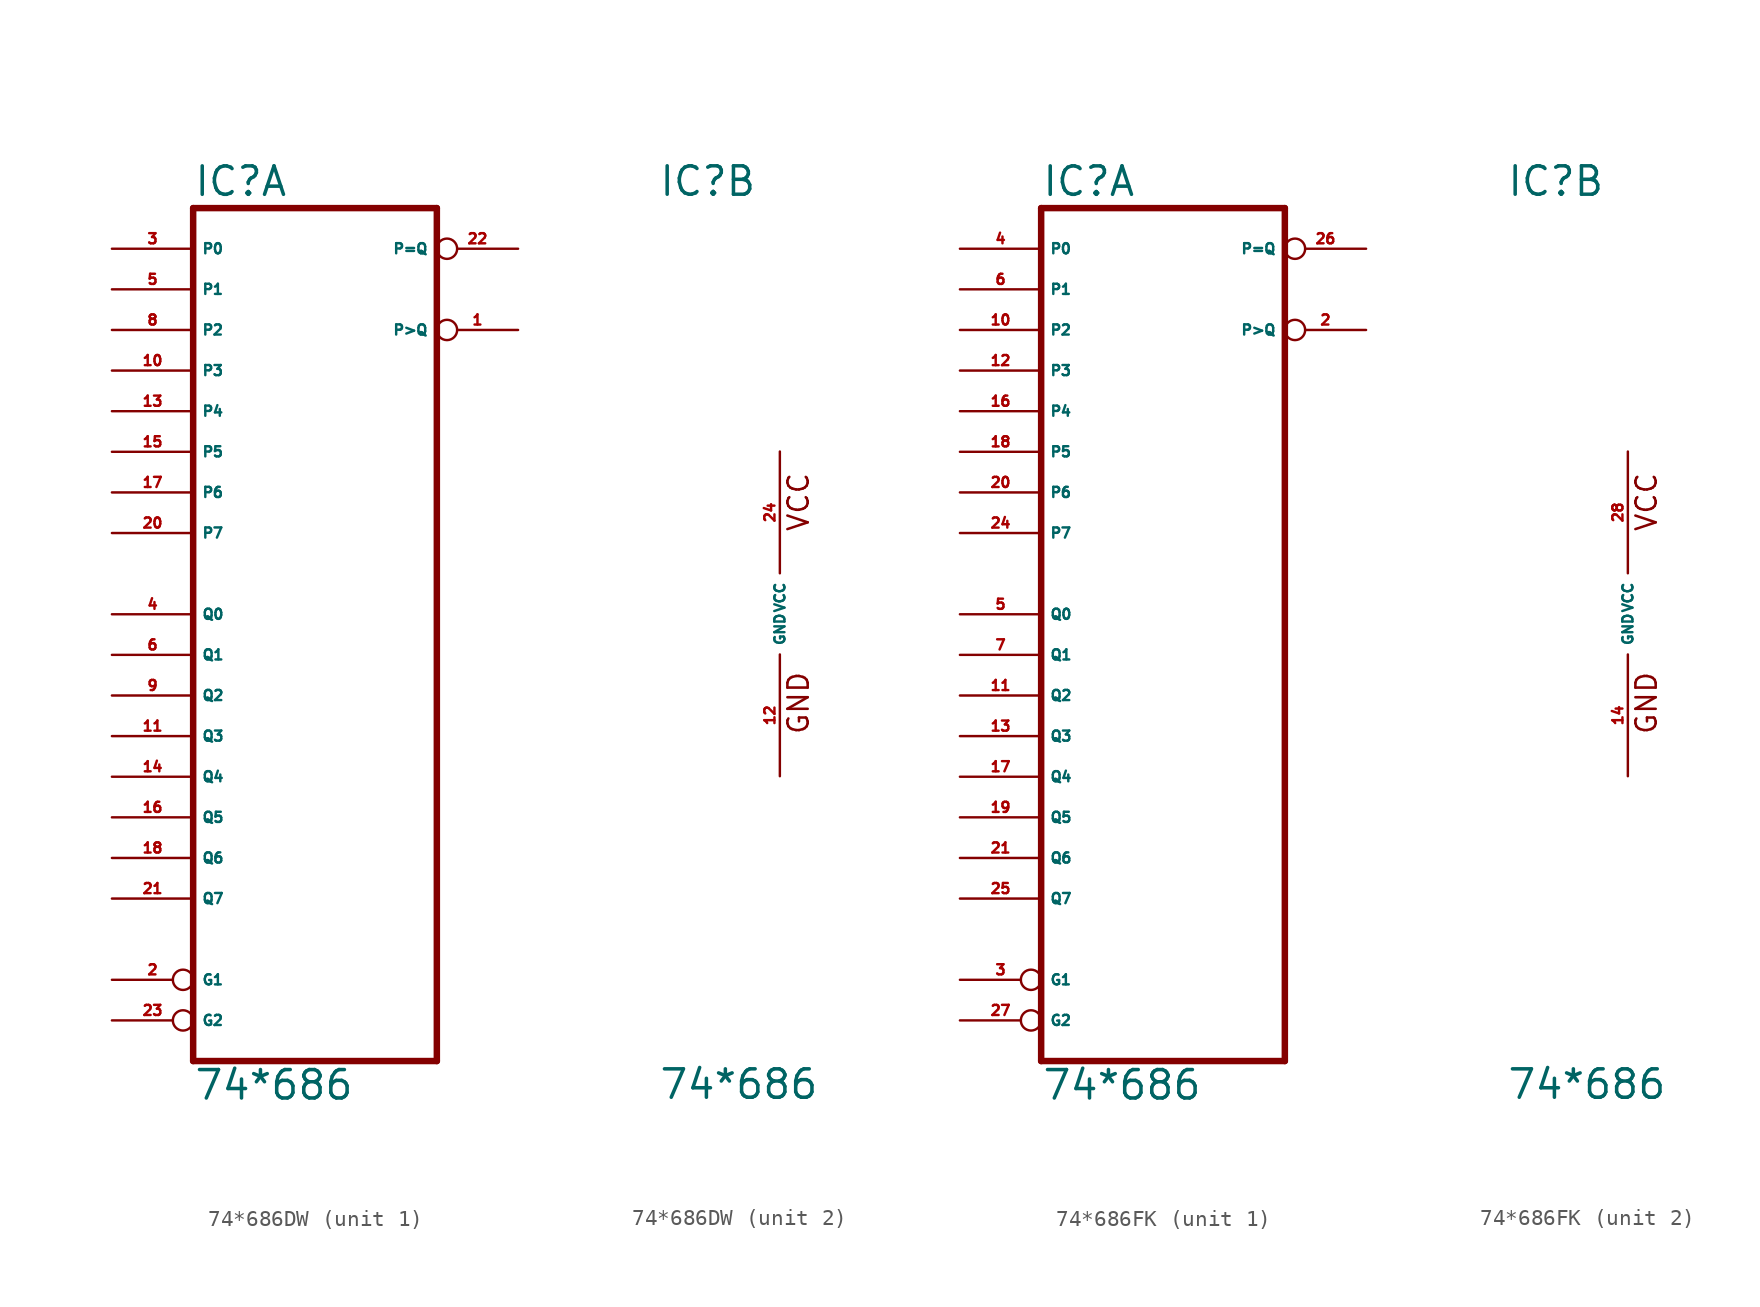
<source format=kicad_sym>
(kicad_symbol_lib
  (version 20220914)
  (generator Eagle2Kicad)
  (symbol "74*686DW"
    (property "Reference" "IC"
      (at -7.62 26.035 0)
      (effects (font (size 1.778 1.778) (thickness 0.22)) (justify left bottom)))
    (property "Value" "74*686"
      (at -7.62 -30.48 0)
      (effects (font (size 1.778 1.778) (thickness 0.22)) (justify left bottom)))
    (symbol "74*686DW_1_0"
      (polyline (pts (xy -7.62 -27.94) (xy 7.62 -27.94)) (stroke (width 0.406) (type default)) (fill (type none)))
      (polyline (pts (xy 7.62 -27.94) (xy 7.62 25.4)) (stroke (width 0.406) (type default)) (fill (type none)))
      (polyline (pts (xy 7.62 25.4) (xy -7.62 25.4)) (stroke (width 0.406) (type default)) (fill (type none)))
      (polyline (pts (xy -7.62 25.4) (xy -7.62 -27.94)) (stroke (width 0.406) (type default)) (fill (type none)))
      (pin output inverted (at 12.7 17.78 180) (length 5.08) (name "P>Q" (effects (font (size 0.635 0.635) (thickness 0.08)) (justify left bottom))) (number "1" (effects (font (size 0.635 0.635) (thickness 0.08)) (justify left bottom))))
      (pin input inverted (at -12.7 -22.86 0) (length 5.08) (name "G1" (effects (font (size 0.635 0.635) (thickness 0.08)) (justify left bottom))) (number "2" (effects (font (size 0.635 0.635) (thickness 0.08)) (justify left bottom))))
      (pin input line (at -12.7 22.86 0) (length 5.08) (name "P0" (effects (font (size 0.635 0.635) (thickness 0.08)) (justify left bottom))) (number "3" (effects (font (size 0.635 0.635) (thickness 0.08)) (justify left bottom))))
      (pin input line (at -12.7 0 0) (length 5.08) (name "Q0" (effects (font (size 0.635 0.635) (thickness 0.08)) (justify left bottom))) (number "4" (effects (font (size 0.635 0.635) (thickness 0.08)) (justify left bottom))))
      (pin input line (at -12.7 20.32 0) (length 5.08) (name "P1" (effects (font (size 0.635 0.635) (thickness 0.08)) (justify left bottom))) (number "5" (effects (font (size 0.635 0.635) (thickness 0.08)) (justify left bottom))))
      (pin input line (at -12.7 -2.54 0) (length 5.08) (name "Q1" (effects (font (size 0.635 0.635) (thickness 0.08)) (justify left bottom))) (number "6" (effects (font (size 0.635 0.635) (thickness 0.08)) (justify left bottom))))
      (pin input line (at -12.7 17.78 0) (length 5.08) (name "P2" (effects (font (size 0.635 0.635) (thickness 0.08)) (justify left bottom))) (number "8" (effects (font (size 0.635 0.635) (thickness 0.08)) (justify left bottom))))
      (pin input line (at -12.7 -5.08 0) (length 5.08) (name "Q2" (effects (font (size 0.635 0.635) (thickness 0.08)) (justify left bottom))) (number "9" (effects (font (size 0.635 0.635) (thickness 0.08)) (justify left bottom))))
      (pin input line (at -12.7 15.24 0) (length 5.08) (name "P3" (effects (font (size 0.635 0.635) (thickness 0.08)) (justify left bottom))) (number "10" (effects (font (size 0.635 0.635) (thickness 0.08)) (justify left bottom))))
      (pin input line (at -12.7 -7.62 0) (length 5.08) (name "Q3" (effects (font (size 0.635 0.635) (thickness 0.08)) (justify left bottom))) (number "11" (effects (font (size 0.635 0.635) (thickness 0.08)) (justify left bottom))))
      (pin input line (at -12.7 12.7 0) (length 5.08) (name "P4" (effects (font (size 0.635 0.635) (thickness 0.08)) (justify left bottom))) (number "13" (effects (font (size 0.635 0.635) (thickness 0.08)) (justify left bottom))))
      (pin input line (at -12.7 -10.16 0) (length 5.08) (name "Q4" (effects (font (size 0.635 0.635) (thickness 0.08)) (justify left bottom))) (number "14" (effects (font (size 0.635 0.635) (thickness 0.08)) (justify left bottom))))
      (pin input line (at -12.7 10.16 0) (length 5.08) (name "P5" (effects (font (size 0.635 0.635) (thickness 0.08)) (justify left bottom))) (number "15" (effects (font (size 0.635 0.635) (thickness 0.08)) (justify left bottom))))
      (pin input line (at -12.7 -12.7 0) (length 5.08) (name "Q5" (effects (font (size 0.635 0.635) (thickness 0.08)) (justify left bottom))) (number "16" (effects (font (size 0.635 0.635) (thickness 0.08)) (justify left bottom))))
      (pin input line (at -12.7 7.62 0) (length 5.08) (name "P6" (effects (font (size 0.635 0.635) (thickness 0.08)) (justify left bottom))) (number "17" (effects (font (size 0.635 0.635) (thickness 0.08)) (justify left bottom))))
      (pin input line (at -12.7 -15.24 0) (length 5.08) (name "Q6" (effects (font (size 0.635 0.635) (thickness 0.08)) (justify left bottom))) (number "18" (effects (font (size 0.635 0.635) (thickness 0.08)) (justify left bottom))))
      (pin input line (at -12.7 5.08 0) (length 5.08) (name "P7" (effects (font (size 0.635 0.635) (thickness 0.08)) (justify left bottom))) (number "20" (effects (font (size 0.635 0.635) (thickness 0.08)) (justify left bottom))))
      (pin input line (at -12.7 -17.78 0) (length 5.08) (name "Q7" (effects (font (size 0.635 0.635) (thickness 0.08)) (justify left bottom))) (number "21" (effects (font (size 0.635 0.635) (thickness 0.08)) (justify left bottom))))
      (pin output inverted (at 12.7 22.86 180) (length 5.08) (name "P=Q" (effects (font (size 0.635 0.635) (thickness 0.08)) (justify left bottom))) (number "22" (effects (font (size 0.635 0.635) (thickness 0.08)) (justify left bottom))))
      (pin input inverted (at -12.7 -25.4 0) (length 5.08) (name "G2" (effects (font (size 0.635 0.635) (thickness 0.08)) (justify left bottom))) (number "23" (effects (font (size 0.635 0.635) (thickness 0.08)) (justify left bottom)))))
    (symbol "74*686DW_2_0"
      (text "GND" (at 1.905 -7.62 900) (effects (font (size 1.27 1.27) (thickness 0.16)) (justify left bottom)))
      (text "VCC" (at 1.905 5.08 900) (effects (font (size 1.27 1.27) (thickness 0.16)) (justify left bottom)))
      (pin unspecified line (at 0 -10.16 90) (length 7.62) (name "GND" (effects (font (size 0.635 0.635) (thickness 0.08)) (justify left bottom))) (number "12" (effects (font (size 0.635 0.635) (thickness 0.08)) (justify left bottom))))
      (pin unspecified line (at 0 10.16 270) (length 7.62) (name "VCC" (effects (font (size 0.635 0.635) (thickness 0.08)) (justify left bottom))) (number "24" (effects (font (size 0.635 0.635) (thickness 0.08)) (justify left bottom))))))
  (symbol "74*686FK"
    (property "Reference" "IC"
      (at -7.62 26.035 0)
      (effects (font (size 1.778 1.778) (thickness 0.22)) (justify left bottom)))
    (property "Value" "74*686"
      (at -7.62 -30.48 0)
      (effects (font (size 1.778 1.778) (thickness 0.22)) (justify left bottom)))
    (symbol "74*686FK_1_0"
      (polyline (pts (xy -7.62 -27.94) (xy 7.62 -27.94)) (stroke (width 0.406) (type default)) (fill (type none)))
      (polyline (pts (xy 7.62 -27.94) (xy 7.62 25.4)) (stroke (width 0.406) (type default)) (fill (type none)))
      (polyline (pts (xy 7.62 25.4) (xy -7.62 25.4)) (stroke (width 0.406) (type default)) (fill (type none)))
      (polyline (pts (xy -7.62 25.4) (xy -7.62 -27.94)) (stroke (width 0.406) (type default)) (fill (type none)))
      (pin output inverted (at 12.7 17.78 180) (length 5.08) (name "P>Q" (effects (font (size 0.635 0.635) (thickness 0.08)) (justify left bottom))) (number "2" (effects (font (size 0.635 0.635) (thickness 0.08)) (justify left bottom))))
      (pin input inverted (at -12.7 -22.86 0) (length 5.08) (name "G1" (effects (font (size 0.635 0.635) (thickness 0.08)) (justify left bottom))) (number "3" (effects (font (size 0.635 0.635) (thickness 0.08)) (justify left bottom))))
      (pin input line (at -12.7 22.86 0) (length 5.08) (name "P0" (effects (font (size 0.635 0.635) (thickness 0.08)) (justify left bottom))) (number "4" (effects (font (size 0.635 0.635) (thickness 0.08)) (justify left bottom))))
      (pin input line (at -12.7 0 0) (length 5.08) (name "Q0" (effects (font (size 0.635 0.635) (thickness 0.08)) (justify left bottom))) (number "5" (effects (font (size 0.635 0.635) (thickness 0.08)) (justify left bottom))))
      (pin input line (at -12.7 20.32 0) (length 5.08) (name "P1" (effects (font (size 0.635 0.635) (thickness 0.08)) (justify left bottom))) (number "6" (effects (font (size 0.635 0.635) (thickness 0.08)) (justify left bottom))))
      (pin input line (at -12.7 -2.54 0) (length 5.08) (name "Q1" (effects (font (size 0.635 0.635) (thickness 0.08)) (justify left bottom))) (number "7" (effects (font (size 0.635 0.635) (thickness 0.08)) (justify left bottom))))
      (pin input line (at -12.7 17.78 0) (length 5.08) (name "P2" (effects (font (size 0.635 0.635) (thickness 0.08)) (justify left bottom))) (number "10" (effects (font (size 0.635 0.635) (thickness 0.08)) (justify left bottom))))
      (pin input line (at -12.7 -5.08 0) (length 5.08) (name "Q2" (effects (font (size 0.635 0.635) (thickness 0.08)) (justify left bottom))) (number "11" (effects (font (size 0.635 0.635) (thickness 0.08)) (justify left bottom))))
      (pin input line (at -12.7 15.24 0) (length 5.08) (name "P3" (effects (font (size 0.635 0.635) (thickness 0.08)) (justify left bottom))) (number "12" (effects (font (size 0.635 0.635) (thickness 0.08)) (justify left bottom))))
      (pin input line (at -12.7 -7.62 0) (length 5.08) (name "Q3" (effects (font (size 0.635 0.635) (thickness 0.08)) (justify left bottom))) (number "13" (effects (font (size 0.635 0.635) (thickness 0.08)) (justify left bottom))))
      (pin input line (at -12.7 12.7 0) (length 5.08) (name "P4" (effects (font (size 0.635 0.635) (thickness 0.08)) (justify left bottom))) (number "16" (effects (font (size 0.635 0.635) (thickness 0.08)) (justify left bottom))))
      (pin input line (at -12.7 -10.16 0) (length 5.08) (name "Q4" (effects (font (size 0.635 0.635) (thickness 0.08)) (justify left bottom))) (number "17" (effects (font (size 0.635 0.635) (thickness 0.08)) (justify left bottom))))
      (pin input line (at -12.7 10.16 0) (length 5.08) (name "P5" (effects (font (size 0.635 0.635) (thickness 0.08)) (justify left bottom))) (number "18" (effects (font (size 0.635 0.635) (thickness 0.08)) (justify left bottom))))
      (pin input line (at -12.7 -12.7 0) (length 5.08) (name "Q5" (effects (font (size 0.635 0.635) (thickness 0.08)) (justify left bottom))) (number "19" (effects (font (size 0.635 0.635) (thickness 0.08)) (justify left bottom))))
      (pin input line (at -12.7 7.62 0) (length 5.08) (name "P6" (effects (font (size 0.635 0.635) (thickness 0.08)) (justify left bottom))) (number "20" (effects (font (size 0.635 0.635) (thickness 0.08)) (justify left bottom))))
      (pin input line (at -12.7 -15.24 0) (length 5.08) (name "Q6" (effects (font (size 0.635 0.635) (thickness 0.08)) (justify left bottom))) (number "21" (effects (font (size 0.635 0.635) (thickness 0.08)) (justify left bottom))))
      (pin input line (at -12.7 5.08 0) (length 5.08) (name "P7" (effects (font (size 0.635 0.635) (thickness 0.08)) (justify left bottom))) (number "24" (effects (font (size 0.635 0.635) (thickness 0.08)) (justify left bottom))))
      (pin input line (at -12.7 -17.78 0) (length 5.08) (name "Q7" (effects (font (size 0.635 0.635) (thickness 0.08)) (justify left bottom))) (number "25" (effects (font (size 0.635 0.635) (thickness 0.08)) (justify left bottom))))
      (pin output inverted (at 12.7 22.86 180) (length 5.08) (name "P=Q" (effects (font (size 0.635 0.635) (thickness 0.08)) (justify left bottom))) (number "26" (effects (font (size 0.635 0.635) (thickness 0.08)) (justify left bottom))))
      (pin input inverted (at -12.7 -25.4 0) (length 5.08) (name "G2" (effects (font (size 0.635 0.635) (thickness 0.08)) (justify left bottom))) (number "27" (effects (font (size 0.635 0.635) (thickness 0.08)) (justify left bottom)))))
    (symbol "74*686FK_2_0"
      (text "GND" (at 1.905 -7.62 900) (effects (font (size 1.27 1.27) (thickness 0.16)) (justify left bottom)))
      (text "VCC" (at 1.905 5.08 900) (effects (font (size 1.27 1.27) (thickness 0.16)) (justify left bottom)))
      (pin unspecified line (at 0 -10.16 90) (length 7.62) (name "GND" (effects (font (size 0.635 0.635) (thickness 0.08)) (justify left bottom))) (number "14" (effects (font (size 0.635 0.635) (thickness 0.08)) (justify left bottom))))
      (pin unspecified line (at 0 10.16 270) (length 7.62) (name "VCC" (effects (font (size 0.635 0.635) (thickness 0.08)) (justify left bottom))) (number "28" (effects (font (size 0.635 0.635) (thickness 0.08)) (justify left bottom)))))))
</source>
